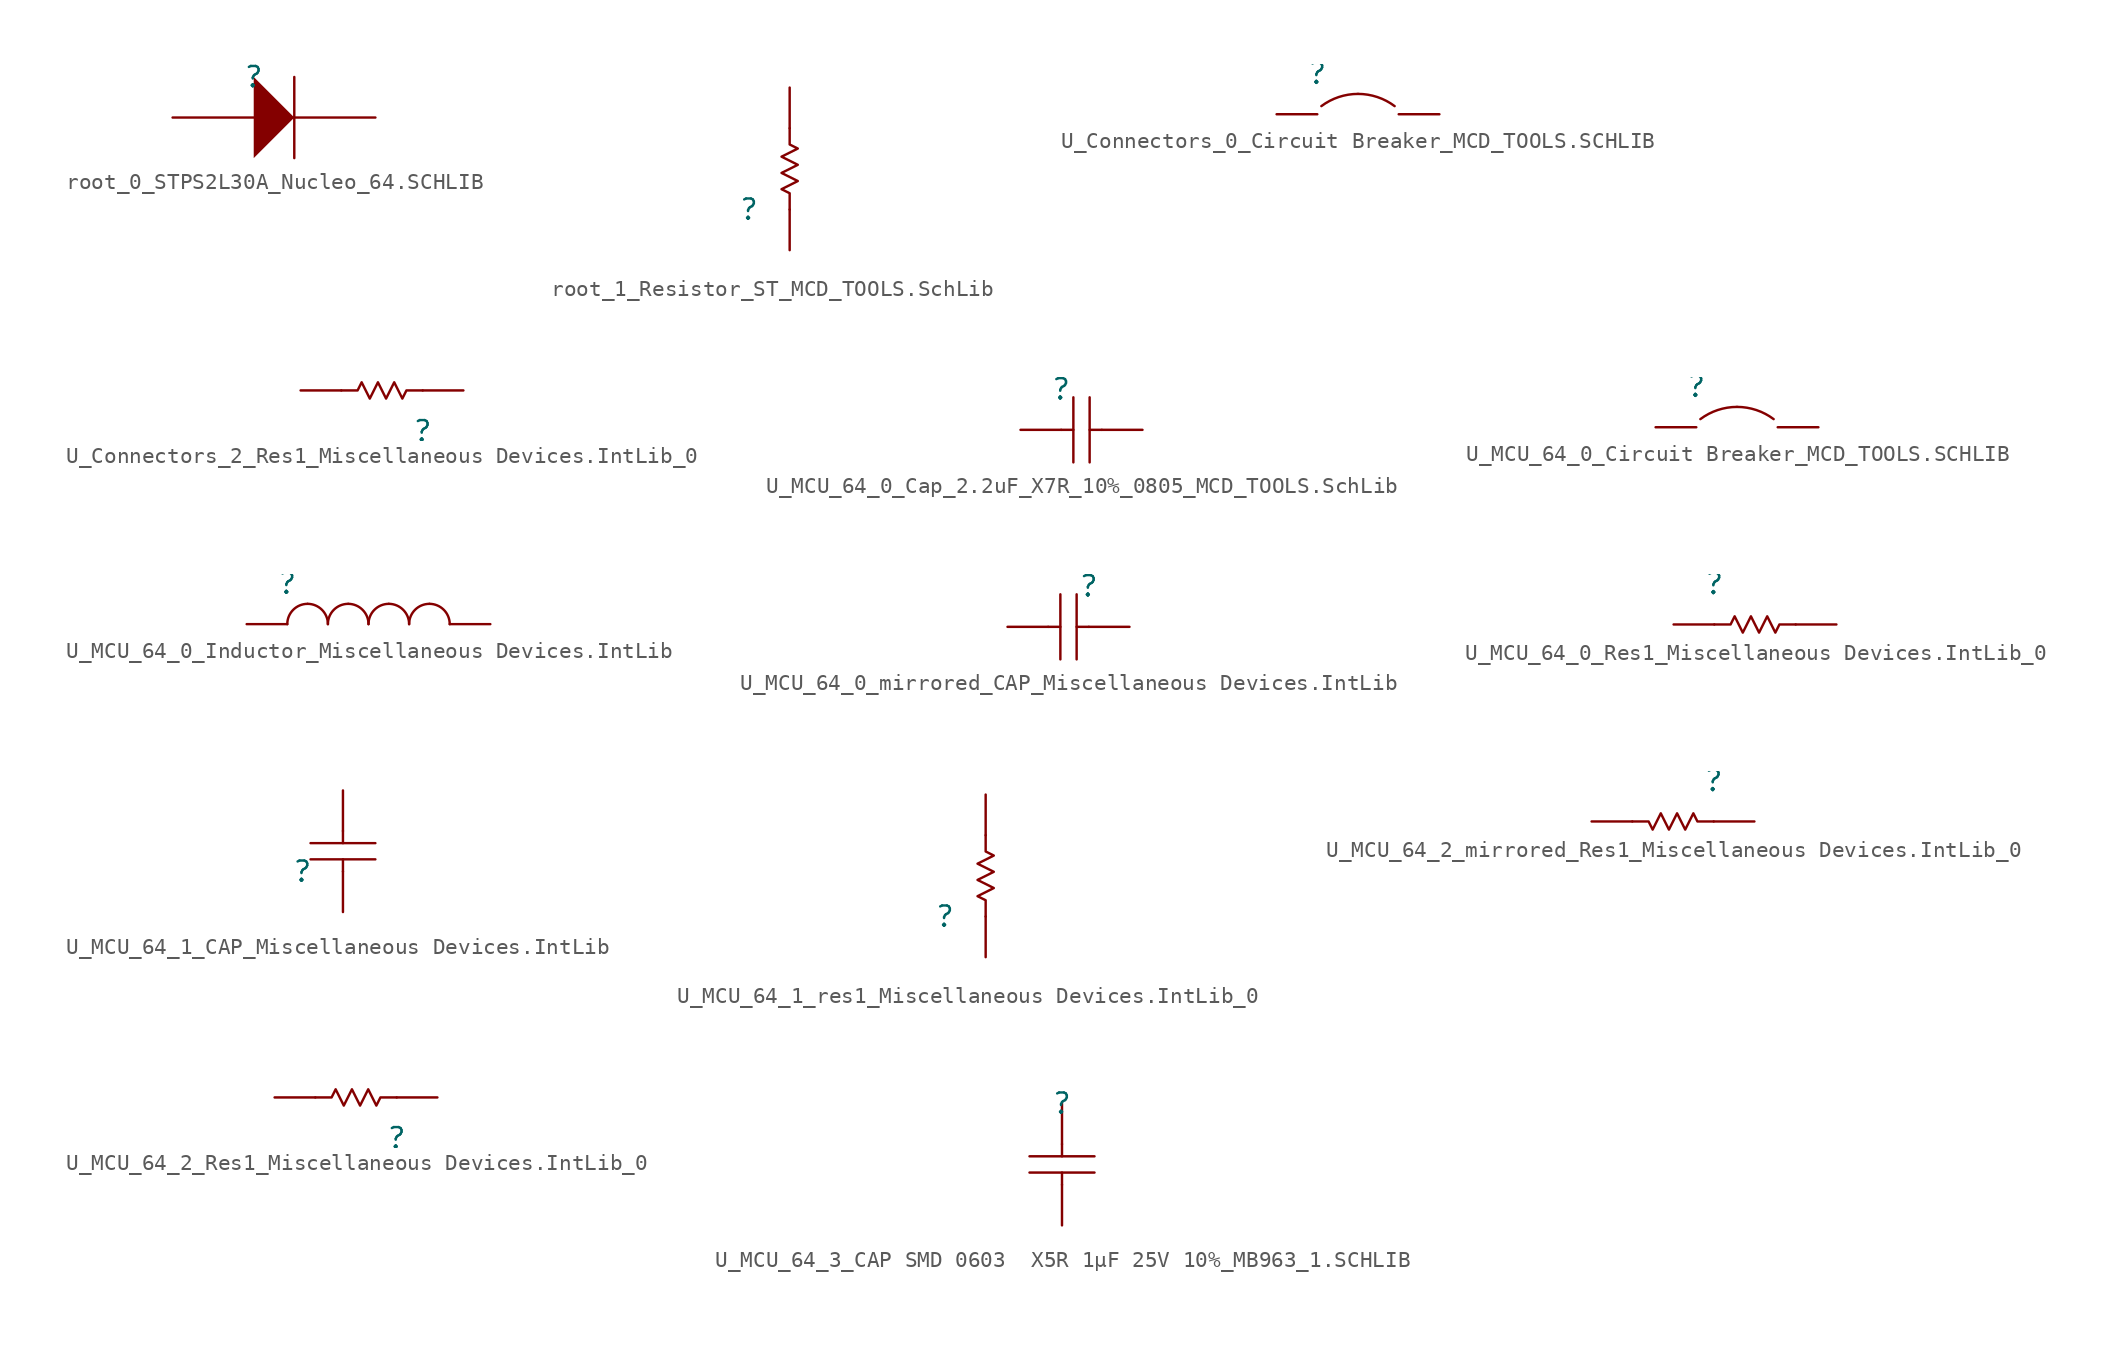
<source format=kicad_sym>
(kicad_symbol_lib
  (version 20241209)
  (generator "kicad_symbol_editor")
  (generator_version "9.0")
  (symbol "root_0_STPS2L30A_Nucleo_64.SCHLIB"
    (pin_numbers
      (hide yes))
    (pin_names
      (hide yes))
    (property "Reference" ""
      (at 0 0 0)
      (effects (font (size 1.27 1.27))))
    (property "Value" ""
      (at 0 0 0)
      (effects (font (size 1.27 1.27))))
    (symbol "root_0_STPS2L30A_Nucleo_64.SCHLIB_1_0"
      (polyline (pts (xy 0 -5.08) (xy 2.54 -2.54) (xy 0 0) (xy 0 -5.08)) (stroke (width -0.0001) (type solid)) (fill (type outline)))
      (polyline (pts (xy 2.54 0) (xy 2.54 -5.08)) (stroke (width 0) (type solid)) (fill (type none)))
      (pin passive line (at -5.08 -2.54 0) (length 5.08) (name "A" (effects (font (size 1.27 1.27)))) (number "1" (effects (font (size 1.27 1.27)))))
      (pin passive line (at 7.62 -2.54 180) (length 5.08) (name "K" (effects (font (size 1.27 1.27)))) (number "2" (effects (font (size 1.27 1.27)))))))
  (symbol "root_1_Resistor_ST_MCD_TOOLS.SchLib"
    (pin_numbers
      (hide yes))
    (pin_names
      (hide yes))
    (property "Reference" ""
      (at 0 0 0)
      (effects (font (size 1.27 1.27))))
    (property "Value" ""
      (at 0 0 0)
      (effects (font (size 1.27 1.27))))
    (symbol "root_1_Resistor_ST_MCD_TOOLS.SchLib_1_0"
      (polyline (pts (xy 2.54 5.08) (xy 2.54 4.064) (xy 3.048 3.81) (xy 2.032 3.302) (xy 3.048 2.794) (xy 2.032 2.286) (xy 3.048 1.778) (xy 2.032 1.27) (xy 2.54 1.016) (xy 2.54 0)) (stroke (width 0) (type solid)) (fill (type none)))
      (pin passive line (at 2.54 7.62 270) (length 2.54) (name "2" (effects (font (size 1.27 1.27)))) (number "2" (effects (font (size 1.27 1.27)))))
      (pin passive line (at 2.54 -2.54 90) (length 2.54) (name "1" (effects (font (size 1.27 1.27)))) (number "1" (effects (font (size 1.27 1.27)))))))
  (symbol "U_Connectors_0_Circuit Breaker_MCD_TOOLS.SCHLIB"
    (pin_numbers
      (hide yes))
    (pin_names
      (hide yes))
    (property "Reference" ""
      (at 0 0 0)
      (effects (font (size 1.27 1.27))))
    (property "Value" ""
      (at 0 0 0)
      (effects (font (size 1.27 1.27))))
    (symbol "U_Connectors_0_Circuit Breaker_MCD_TOOLS.SCHLIB_1_0"
      (arc (start 0.254 -2.032) (mid 1.3352 -1.4655) (end 2.54 -1.27) (stroke (width 0) (type solid)) (fill (type none)))
      (arc (start 2.54 -1.27) (mid 3.7448 -1.4655) (end 4.826 -2.032) (stroke (width 0) (type solid)) (fill (type none)))
      (pin passive line (at -2.54 -2.54 0) (length 2.54) (name "1" (effects (font (size 1.27 1.27)))) (number "1" (effects (font (size 1.27 1.27)))))
      (pin passive line (at 7.62 -2.54 180) (length 2.54) (name "2" (effects (font (size 1.27 1.27)))) (number "2" (effects (font (size 1.27 1.27)))))))
  (symbol "U_Connectors_2_Res1_Miscellaneous Devices.IntLib_0"
    (pin_numbers
      (hide yes))
    (pin_names
      (hide yes))
    (property "Reference" ""
      (at 0 0 0)
      (effects (font (size 1.27 1.27))))
    (property "Value" ""
      (at 0 0 0)
      (effects (font (size 1.27 1.27))))
    (symbol "U_Connectors_2_Res1_Miscellaneous Devices.IntLib_0_1_0"
      (polyline (pts (xy -5.08 2.54) (xy -4.064 2.54) (xy -3.81 3.048) (xy -3.302 2.032) (xy -2.794 3.048) (xy -2.286 2.032) (xy -1.778 3.048) (xy -1.27 2.032) (xy -1.016 2.54) (xy 0 2.54)) (stroke (width 0) (type solid)) (fill (type none)))
      (pin passive line (at -7.62 2.54 0) (length 2.54) (name "2" (effects (font (size 1.27 1.27)))) (number "2" (effects (font (size 1.27 1.27)))))
      (pin passive line (at 2.54 2.54 180) (length 2.54) (name "1" (effects (font (size 1.27 1.27)))) (number "1" (effects (font (size 1.27 1.27)))))))
  (symbol "U_MCU_64_0_Cap_2.2uF_X7R_10%_0805_MCD_TOOLS.SchLib"
    (pin_numbers
      (hide yes))
    (pin_names
      (hide yes))
    (property "Reference" ""
      (at 0 0 0)
      (effects (font (size 1.27 1.27))))
    (property "Value" ""
      (at 0 0 0)
      (effects (font (size 1.27 1.27))))
    (symbol "U_MCU_64_0_Cap_2.2uF_X7R_10%_0805_MCD_TOOLS.SchLib_1_0"
      (polyline (pts (xy 0 -2.54) (xy 0.762 -2.54)) (stroke (width 0) (type solid)) (fill (type none)))
      (polyline (pts (xy 0.762 -4.572) (xy 0.762 -0.508)) (stroke (width 0) (type solid)) (fill (type none)))
      (polyline (pts (xy 1.778 -0.508) (xy 1.778 -4.572)) (stroke (width 0) (type solid)) (fill (type none)))
      (polyline (pts (xy 2.54 -2.54) (xy 1.778 -2.54)) (stroke (width 0) (type solid)) (fill (type none)))
      (pin passive line (at -2.54 -2.54 0) (length 2.54) (name "1" (effects (font (size 1.27 1.27)))) (number "1" (effects (font (size 1.27 1.27)))))
      (pin passive line (at 5.08 -2.54 180) (length 2.54) (name "2" (effects (font (size 1.27 1.27)))) (number "2" (effects (font (size 1.27 1.27)))))))
  (symbol "U_MCU_64_0_Circuit Breaker_MCD_TOOLS.SCHLIB"
    (pin_numbers
      (hide yes))
    (pin_names
      (hide yes))
    (property "Reference" ""
      (at 0 0 0)
      (effects (font (size 1.27 1.27))))
    (property "Value" ""
      (at 0 0 0)
      (effects (font (size 1.27 1.27))))
    (symbol "U_MCU_64_0_Circuit Breaker_MCD_TOOLS.SCHLIB_1_0"
      (arc (start 0.254 -2.032) (mid 1.3352 -1.4655) (end 2.54 -1.27) (stroke (width 0) (type solid)) (fill (type none)))
      (arc (start 2.54 -1.27) (mid 3.7448 -1.4655) (end 4.826 -2.032) (stroke (width 0) (type solid)) (fill (type none)))
      (pin passive line (at -2.54 -2.54 0) (length 2.54) (name "1" (effects (font (size 1.27 1.27)))) (number "1" (effects (font (size 1.27 1.27)))))
      (pin passive line (at 7.62 -2.54 180) (length 2.54) (name "2" (effects (font (size 1.27 1.27)))) (number "2" (effects (font (size 1.27 1.27)))))))
  (symbol "U_MCU_64_0_Inductor_Miscellaneous Devices.IntLib"
    (pin_numbers
      (hide yes))
    (pin_names
      (hide yes))
    (property "Reference" ""
      (at 0 0 0)
      (effects (font (size 1.27 1.27))))
    (property "Value" ""
      (at 0 0 0)
      (effects (font (size 1.27 1.27))))
    (symbol "U_MCU_64_0_Inductor_Miscellaneous Devices.IntLib_1_0"
      (arc (start 0 -2.54) (mid 0.372 -1.642) (end 1.27 -1.27) (stroke (width 0) (type solid)) (fill (type none)))
      (arc (start 1.27 -1.27) (mid 2.168 -1.642) (end 2.54 -2.54) (stroke (width 0) (type solid)) (fill (type none)))
      (arc (start 2.54 -2.54) (mid 2.912 -1.642) (end 3.81 -1.27) (stroke (width 0) (type solid)) (fill (type none)))
      (arc (start 3.81 -1.27) (mid 4.708 -1.642) (end 5.08 -2.54) (stroke (width 0) (type solid)) (fill (type none)))
      (arc (start 5.08 -2.54) (mid 5.452 -1.642) (end 6.35 -1.27) (stroke (width 0) (type solid)) (fill (type none)))
      (arc (start 6.35 -1.27) (mid 7.248 -1.642) (end 7.62 -2.54) (stroke (width 0) (type solid)) (fill (type none)))
      (arc (start 7.62 -2.54) (mid 7.992 -1.642) (end 8.89 -1.27) (stroke (width 0) (type solid)) (fill (type none)))
      (arc (start 8.89 -1.27) (mid 9.788 -1.642) (end 10.16 -2.54) (stroke (width 0) (type solid)) (fill (type none)))
      (pin passive line (at -2.54 -2.54 0) (length 2.54) (name "1" (effects (font (size 1.27 1.27)))) (number "1" (effects (font (size 1.27 1.27)))))
      (pin passive line (at 12.7 -2.54 180) (length 2.54) (name "2" (effects (font (size 1.27 1.27)))) (number "2" (effects (font (size 1.27 1.27)))))))
  (symbol "U_MCU_64_0_mirrored_CAP_Miscellaneous Devices.IntLib"
    (pin_numbers
      (hide yes))
    (pin_names
      (hide yes))
    (property "Reference" ""
      (at 0 0 0)
      (effects (font (size 1.27 1.27))))
    (property "Value" ""
      (at 0 0 0)
      (effects (font (size 1.27 1.27))))
    (symbol "U_MCU_64_0_mirrored_CAP_Miscellaneous Devices.IntLib_1_0"
      (polyline (pts (xy -2.54 -2.54) (xy -1.778 -2.54)) (stroke (width 0) (type solid)) (fill (type none)))
      (polyline (pts (xy -1.778 -0.508) (xy -1.778 -4.572)) (stroke (width 0) (type solid)) (fill (type none)))
      (polyline (pts (xy -0.762 -4.572) (xy -0.762 -0.508)) (stroke (width 0) (type solid)) (fill (type none)))
      (polyline (pts (xy 0 -2.54) (xy -0.762 -2.54)) (stroke (width 0) (type solid)) (fill (type none)))
      (pin passive line (at -5.08 -2.54 0) (length 2.54) (name "2" (effects (font (size 1.27 1.27)))) (number "2" (effects (font (size 1.27 1.27)))))
      (pin passive line (at 2.54 -2.54 180) (length 2.54) (name "1" (effects (font (size 1.27 1.27)))) (number "1" (effects (font (size 1.27 1.27)))))))
  (symbol "U_MCU_64_0_Res1_Miscellaneous Devices.IntLib_0"
    (pin_numbers
      (hide yes))
    (pin_names
      (hide yes))
    (property "Reference" ""
      (at 0 0 0)
      (effects (font (size 1.27 1.27))))
    (property "Value" ""
      (at 0 0 0)
      (effects (font (size 1.27 1.27))))
    (symbol "U_MCU_64_0_Res1_Miscellaneous Devices.IntLib_0_1_0"
      (polyline (pts (xy 5.08 -2.54) (xy 4.064 -2.54) (xy 3.81 -3.048) (xy 3.302 -2.032) (xy 2.794 -3.048) (xy 2.286 -2.032) (xy 1.778 -3.048) (xy 1.27 -2.032) (xy 1.016 -2.54) (xy 0 -2.54)) (stroke (width 0) (type solid)) (fill (type none)))
      (pin passive line (at -2.54 -2.54 0) (length 2.54) (name "1" (effects (font (size 1.27 1.27)))) (number "1" (effects (font (size 1.27 1.27)))))
      (pin passive line (at 7.62 -2.54 180) (length 2.54) (name "2" (effects (font (size 1.27 1.27)))) (number "2" (effects (font (size 1.27 1.27)))))))
  (symbol "U_MCU_64_1_CAP_Miscellaneous Devices.IntLib"
    (pin_numbers
      (hide yes))
    (pin_names
      (hide yes))
    (property "Reference" ""
      (at 0 0 0)
      (effects (font (size 1.27 1.27))))
    (property "Value" ""
      (at 0 0 0)
      (effects (font (size 1.27 1.27))))
    (symbol "U_MCU_64_1_CAP_Miscellaneous Devices.IntLib_1_0"
      (polyline (pts (xy 0.508 1.778) (xy 4.572 1.778)) (stroke (width 0) (type solid)) (fill (type none)))
      (polyline (pts (xy 2.54 2.54) (xy 2.54 1.778)) (stroke (width 0) (type solid)) (fill (type none)))
      (polyline (pts (xy 2.54 0) (xy 2.54 0.762)) (stroke (width 0) (type solid)) (fill (type none)))
      (polyline (pts (xy 4.572 0.762) (xy 0.508 0.762)) (stroke (width 0) (type solid)) (fill (type none)))
      (pin passive line (at 2.54 5.08 270) (length 2.54) (name "2" (effects (font (size 1.27 1.27)))) (number "2" (effects (font (size 1.27 1.27)))))
      (pin passive line (at 2.54 -2.54 90) (length 2.54) (name "1" (effects (font (size 1.27 1.27)))) (number "1" (effects (font (size 1.27 1.27)))))))
  (symbol "U_MCU_64_1_res1_Miscellaneous Devices.IntLib_0"
    (pin_numbers
      (hide yes))
    (pin_names
      (hide yes))
    (property "Reference" ""
      (at 0 0 0)
      (effects (font (size 1.27 1.27))))
    (property "Value" ""
      (at 0 0 0)
      (effects (font (size 1.27 1.27))))
    (symbol "U_MCU_64_1_res1_Miscellaneous Devices.IntLib_0_1_0"
      (polyline (pts (xy 2.54 5.08) (xy 2.54 4.064) (xy 3.048 3.81) (xy 2.032 3.302) (xy 3.048 2.794) (xy 2.032 2.286) (xy 3.048 1.778) (xy 2.032 1.27) (xy 2.54 1.016) (xy 2.54 0)) (stroke (width 0) (type solid)) (fill (type none)))
      (pin passive line (at 2.54 7.62 270) (length 2.54) (name "2" (effects (font (size 1.27 1.27)))) (number "2" (effects (font (size 1.27 1.27)))))
      (pin passive line (at 2.54 -2.54 90) (length 2.54) (name "1" (effects (font (size 1.27 1.27)))) (number "1" (effects (font (size 1.27 1.27)))))))
  (symbol "U_MCU_64_2_mirrored_Res1_Miscellaneous Devices.IntLib_0"
    (pin_numbers
      (hide yes))
    (pin_names
      (hide yes))
    (property "Reference" ""
      (at 0 0 0)
      (effects (font (size 1.27 1.27))))
    (property "Value" ""
      (at 0 0 0)
      (effects (font (size 1.27 1.27))))
    (symbol "U_MCU_64_2_mirrored_Res1_Miscellaneous Devices.IntLib_0_1_0"
      (polyline (pts (xy -5.08 -2.54) (xy -4.064 -2.54) (xy -3.81 -3.048) (xy -3.302 -2.032) (xy -2.794 -3.048) (xy -2.286 -2.032) (xy -1.778 -3.048) (xy -1.27 -2.032) (xy -1.016 -2.54) (xy 0 -2.54)) (stroke (width 0) (type solid)) (fill (type none)))
      (pin passive line (at -7.62 -2.54 0) (length 2.54) (name "2" (effects (font (size 1.27 1.27)))) (number "2" (effects (font (size 1.27 1.27)))))
      (pin passive line (at 2.54 -2.54 180) (length 2.54) (name "1" (effects (font (size 1.27 1.27)))) (number "1" (effects (font (size 1.27 1.27)))))))
  (symbol "U_MCU_64_2_Res1_Miscellaneous Devices.IntLib_0"
    (pin_numbers
      (hide yes))
    (pin_names
      (hide yes))
    (property "Reference" ""
      (at 0 0 0)
      (effects (font (size 1.27 1.27))))
    (property "Value" ""
      (at 0 0 0)
      (effects (font (size 1.27 1.27))))
    (symbol "U_MCU_64_2_Res1_Miscellaneous Devices.IntLib_0_1_0"
      (polyline (pts (xy -5.08 2.54) (xy -4.064 2.54) (xy -3.81 3.048) (xy -3.302 2.032) (xy -2.794 3.048) (xy -2.286 2.032) (xy -1.778 3.048) (xy -1.27 2.032) (xy -1.016 2.54) (xy 0 2.54)) (stroke (width 0) (type solid)) (fill (type none)))
      (pin passive line (at -7.62 2.54 0) (length 2.54) (name "2" (effects (font (size 1.27 1.27)))) (number "2" (effects (font (size 1.27 1.27)))))
      (pin passive line (at 2.54 2.54 180) (length 2.54) (name "1" (effects (font (size 1.27 1.27)))) (number "1" (effects (font (size 1.27 1.27)))))))
  (symbol "U_MCU_64_3_CAP SMD 0603  X5R 1µF 25V 10%_MB963_1.SCHLIB"
    (pin_numbers
      (hide yes))
    (pin_names
      (hide yes))
    (property "Reference" ""
      (at 0 0 0)
      (effects (font (size 1.27 1.27))))
    (property "Value" ""
      (at 0 0 0)
      (effects (font (size 1.27 1.27))))
    (symbol "U_MCU_64_3_CAP SMD 0603  X5R 1µF 25V 10%_MB963_1.SCHLIB_1_0"
      (polyline (pts (xy -2.032 -3.302) (xy 2.032 -3.302)) (stroke (width 0) (type solid)) (fill (type none)))
      (polyline (pts (xy 0 -2.54) (xy 0 -3.302)) (stroke (width 0) (type solid)) (fill (type none)))
      (polyline (pts (xy 0 -5.08) (xy 0 -4.318)) (stroke (width 0) (type solid)) (fill (type none)))
      (polyline (pts (xy 2.032 -4.318) (xy -2.032 -4.318)) (stroke (width 0) (type solid)) (fill (type none)))
      (pin passive line (at 0 0 270) (length 2.54) (name "1" (effects (font (size 1.27 1.27)))) (number "1" (effects (font (size 1.27 1.27)))))
      (pin passive line (at 0 -7.62 90) (length 2.54) (name "2" (effects (font (size 1.27 1.27)))) (number "2" (effects (font (size 1.27 1.27))))))))
</source>
